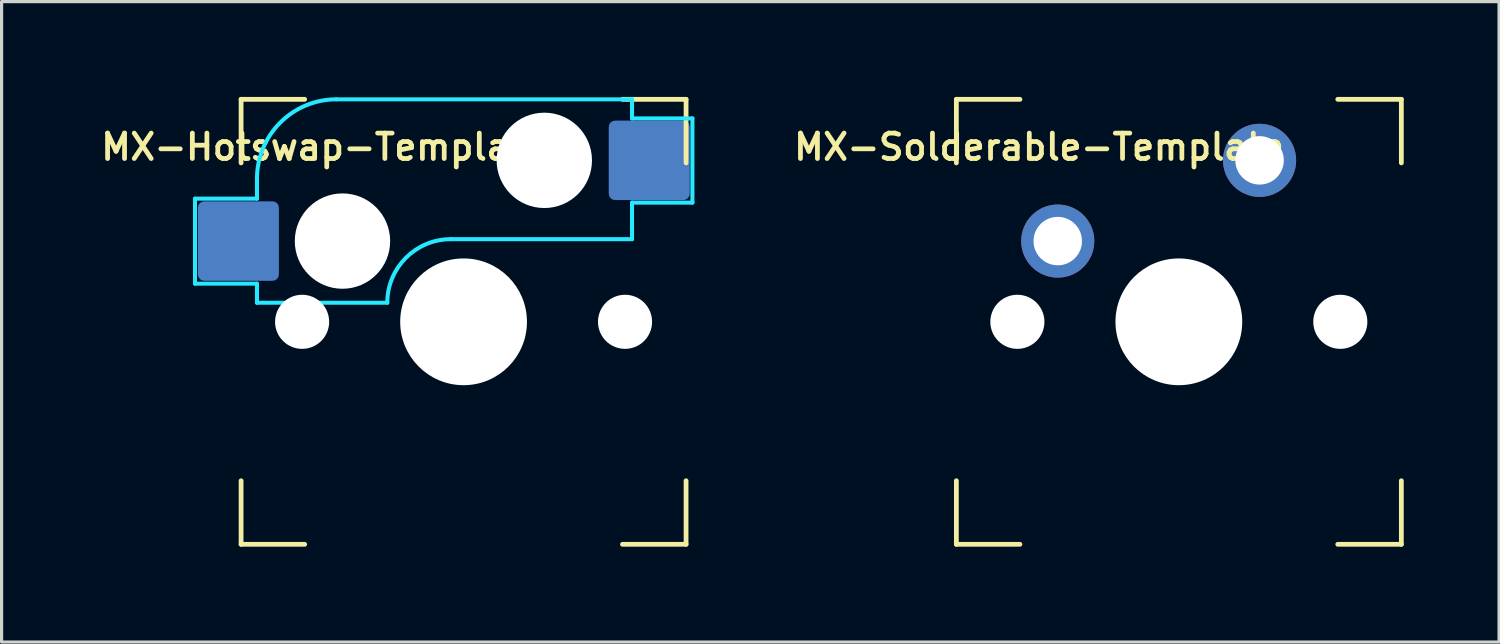
<source format=kicad_pcb>
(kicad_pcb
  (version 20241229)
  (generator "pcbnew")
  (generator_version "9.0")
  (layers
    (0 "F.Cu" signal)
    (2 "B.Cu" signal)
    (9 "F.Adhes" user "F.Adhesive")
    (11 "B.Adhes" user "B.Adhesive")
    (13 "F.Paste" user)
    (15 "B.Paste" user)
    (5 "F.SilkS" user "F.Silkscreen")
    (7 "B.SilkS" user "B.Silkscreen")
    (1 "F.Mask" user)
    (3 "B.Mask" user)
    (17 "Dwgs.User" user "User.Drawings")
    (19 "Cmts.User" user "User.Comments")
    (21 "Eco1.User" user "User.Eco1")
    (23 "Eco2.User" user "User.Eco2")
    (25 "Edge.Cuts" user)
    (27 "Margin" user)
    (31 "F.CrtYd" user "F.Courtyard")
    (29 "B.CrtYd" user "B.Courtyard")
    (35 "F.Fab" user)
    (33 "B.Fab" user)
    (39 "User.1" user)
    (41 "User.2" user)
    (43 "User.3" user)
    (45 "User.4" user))
  (footprint "MX-Solderable-Template"
    (layer "F.Cu")
    (at 34.039 7.075)
    (property "Reference" "MX-Solderable-Template" (at -4.4 -5.5 0) (layer "F.SilkS") (effects (font (size 0.8 0.8) (thickness 0.15))))
    (attr through_hole)
    (fp_line (start -7 -7) (end -7 -5) (stroke (width 0.15) (type solid)) (layer "F.SilkS"))
    (fp_line (start -7 5) (end -7 7) (stroke (width 0.15) (type solid)) (layer "F.SilkS"))
    (fp_line (start -7 7) (end -5 7) (stroke (width 0.15) (type solid)) (layer "F.SilkS"))
    (fp_line (start -5 -7) (end -7 -7) (stroke (width 0.15) (type solid)) (layer "F.SilkS"))
    (fp_line (start 5 -7) (end 7 -7) (stroke (width 0.15) (type solid)) (layer "F.SilkS"))
    (fp_line (start 5 7) (end 7 7) (stroke (width 0.15) (type solid)) (layer "F.SilkS"))
    (fp_line (start 7 -7) (end 7 -5) (stroke (width 0.15) (type solid)) (layer "F.SilkS"))
    (fp_line (start 7 7) (end 7 5) (stroke (width 0.15) (type solid)) (layer "F.SilkS"))
    (pad "" np_thru_hole circle (at -5.08 0 48.099) (size 1.702 1.702) (drill 1.702) (layers "*.Cu" "*.Mask"))
    (pad "" np_thru_hole circle (at 0 0) (size 3.988 3.988) (drill 3.988) (layers "*.Cu" "*.Mask"))
    (pad "" np_thru_hole circle (at 5.08 0 48.099) (size 1.702 1.702) (drill 1.702) (layers "*.Cu" "*.Mask"))
    (pad "1" thru_hole circle (at -3.81 -2.54) (size 2.3 2.3) (drill 1.524) (layers "*.Cu" "B.Mask"))
    (pad "2" thru_hole circle (at 2.54 -5.08) (size 2.3 2.3) (drill 1.524) (layers "*.Cu" "B.Mask")))
  (footprint "MX-Hotswap-Template"
    (layer "F.Cu")
    (at 11.535 7.075)
    (property "Reference" "MX-Hotswap-Template" (at -4.4 -5.5 0) (layer "F.SilkS") (effects (font (size 0.8 0.8) (thickness 0.15))))
    (attr smd)
    (fp_line (start -7 -7) (end -7 -5) (stroke (width 0.15) (type solid)) (layer "F.SilkS"))
    (fp_line (start -7 5) (end -7 7) (stroke (width 0.15) (type solid)) (layer "F.SilkS"))
    (fp_line (start -7 7) (end -5 7) (stroke (width 0.15) (type solid)) (layer "F.SilkS"))
    (fp_line (start -5 -7) (end -7 -7) (stroke (width 0.15) (type solid)) (layer "F.SilkS"))
    (fp_line (start 5 -7) (end 7 -7) (stroke (width 0.15) (type solid)) (layer "F.SilkS"))
    (fp_line (start 5 7) (end 7 7) (stroke (width 0.15) (type solid)) (layer "F.SilkS"))
    (fp_line (start 7 -7) (end 7 -5) (stroke (width 0.15) (type solid)) (layer "F.SilkS"))
    (fp_line (start 7 7) (end 7 5) (stroke (width 0.15) (type solid)) (layer "F.SilkS"))
    (fp_line (start -8.45 -3.875) (end -8.45 -1.2) (stroke (width 0.127) (type solid)) (layer "B.CrtYd"))
    (fp_line (start -8.45 -1.2) (end -6.5 -1.2) (stroke (width 0.127) (type solid)) (layer "B.CrtYd"))
    (fp_line (start -6.5 -4.5) (end -6.5 -3.875) (stroke (width 0.127) (type solid)) (layer "B.CrtYd"))
    (fp_line (start -6.5 -3.875) (end -8.45 -3.875) (stroke (width 0.127) (type solid)) (layer "B.CrtYd"))
    (fp_line (start -6.5 -0.6) (end -6.5 -1.2) (stroke (width 0.127) (type solid)) (layer "B.CrtYd"))
    (fp_line (start -6.5 -0.6) (end -2.4 -0.6) (stroke (width 0.127) (type solid)) (layer "B.CrtYd"))
    (fp_line (start -0.4 -2.6) (end 5.3 -2.6) (stroke (width 0.127) (type solid)) (layer "B.CrtYd"))
    (fp_line (start 5.3 -7) (end -4 -7) (stroke (width 0.127) (type solid)) (layer "B.CrtYd"))
    (fp_line (start 5.3 -7) (end 5.3 -6.4) (stroke (width 0.127) (type solid)) (layer "B.CrtYd"))
    (fp_line (start 5.3 -6.4) (end 7.2 -6.4) (stroke (width 0.127) (type solid)) (layer "B.CrtYd"))
    (fp_line (start 5.3 -2.6) (end 5.3 -3.75) (stroke (width 0.127) (type solid)) (layer "B.CrtYd"))
    (fp_line (start 7.2 -6.4) (end 7.2 -3.75) (stroke (width 0.127) (type solid)) (layer "B.CrtYd"))
    (fp_line (start 7.2 -3.75) (end 5.3 -3.75) (stroke (width 0.127) (type solid)) (layer "B.CrtYd"))
    (fp_arc (start -6.5 -4.5) (mid -5.767767 -6.267767) (end -4 -7) (stroke (width 0.127) (type solid)) (layer "B.CrtYd"))
    (fp_arc (start -2.4 -0.6) (mid -1.814214 -2.014214) (end -0.4 -2.6) (stroke (width 0.127) (type solid)) (layer "B.CrtYd"))
    (pad "" np_thru_hole circle (at -5.08 0 48.099) (size 1.702 1.702) (drill 1.702) (layers "*.Cu" "*.Mask"))
    (pad "" np_thru_hole circle (at -3.81 -2.54) (size 3 3) (drill 3) (layers "*.Cu" "*.Mask"))
    (pad "" np_thru_hole circle (at 0 0) (size 3.988 3.988) (drill 3.988) (layers "*.Cu" "*.Mask"))
    (pad "" np_thru_hole circle (at 2.54 -5.08) (size 3 3) (drill 3) (layers "*.Cu" "*.Mask"))
    (pad "" np_thru_hole circle (at 5.08 0 48.099) (size 1.702 1.702) (drill 1.702) (layers "*.Cu" "*.Mask"))
    (pad "1" smd roundrect (at -7.085 -2.54) (size 2.55 2.5) (layers "B.Cu" "B.Mask" "B.Paste") (roundrect_rratio 0.08))
    (pad "2" smd roundrect (at 5.842 -5.08) (size 2.55 2.5) (layers "B.Cu" "B.Mask" "B.Paste") (roundrect_rratio 0.08)))
  (gr_rect
    (start -3 -3)
    (end 44.114 17.15)
    (stroke (width 0.1) (type default))
    (fill no)
    (layer "Edge.Cuts")))
</source>
